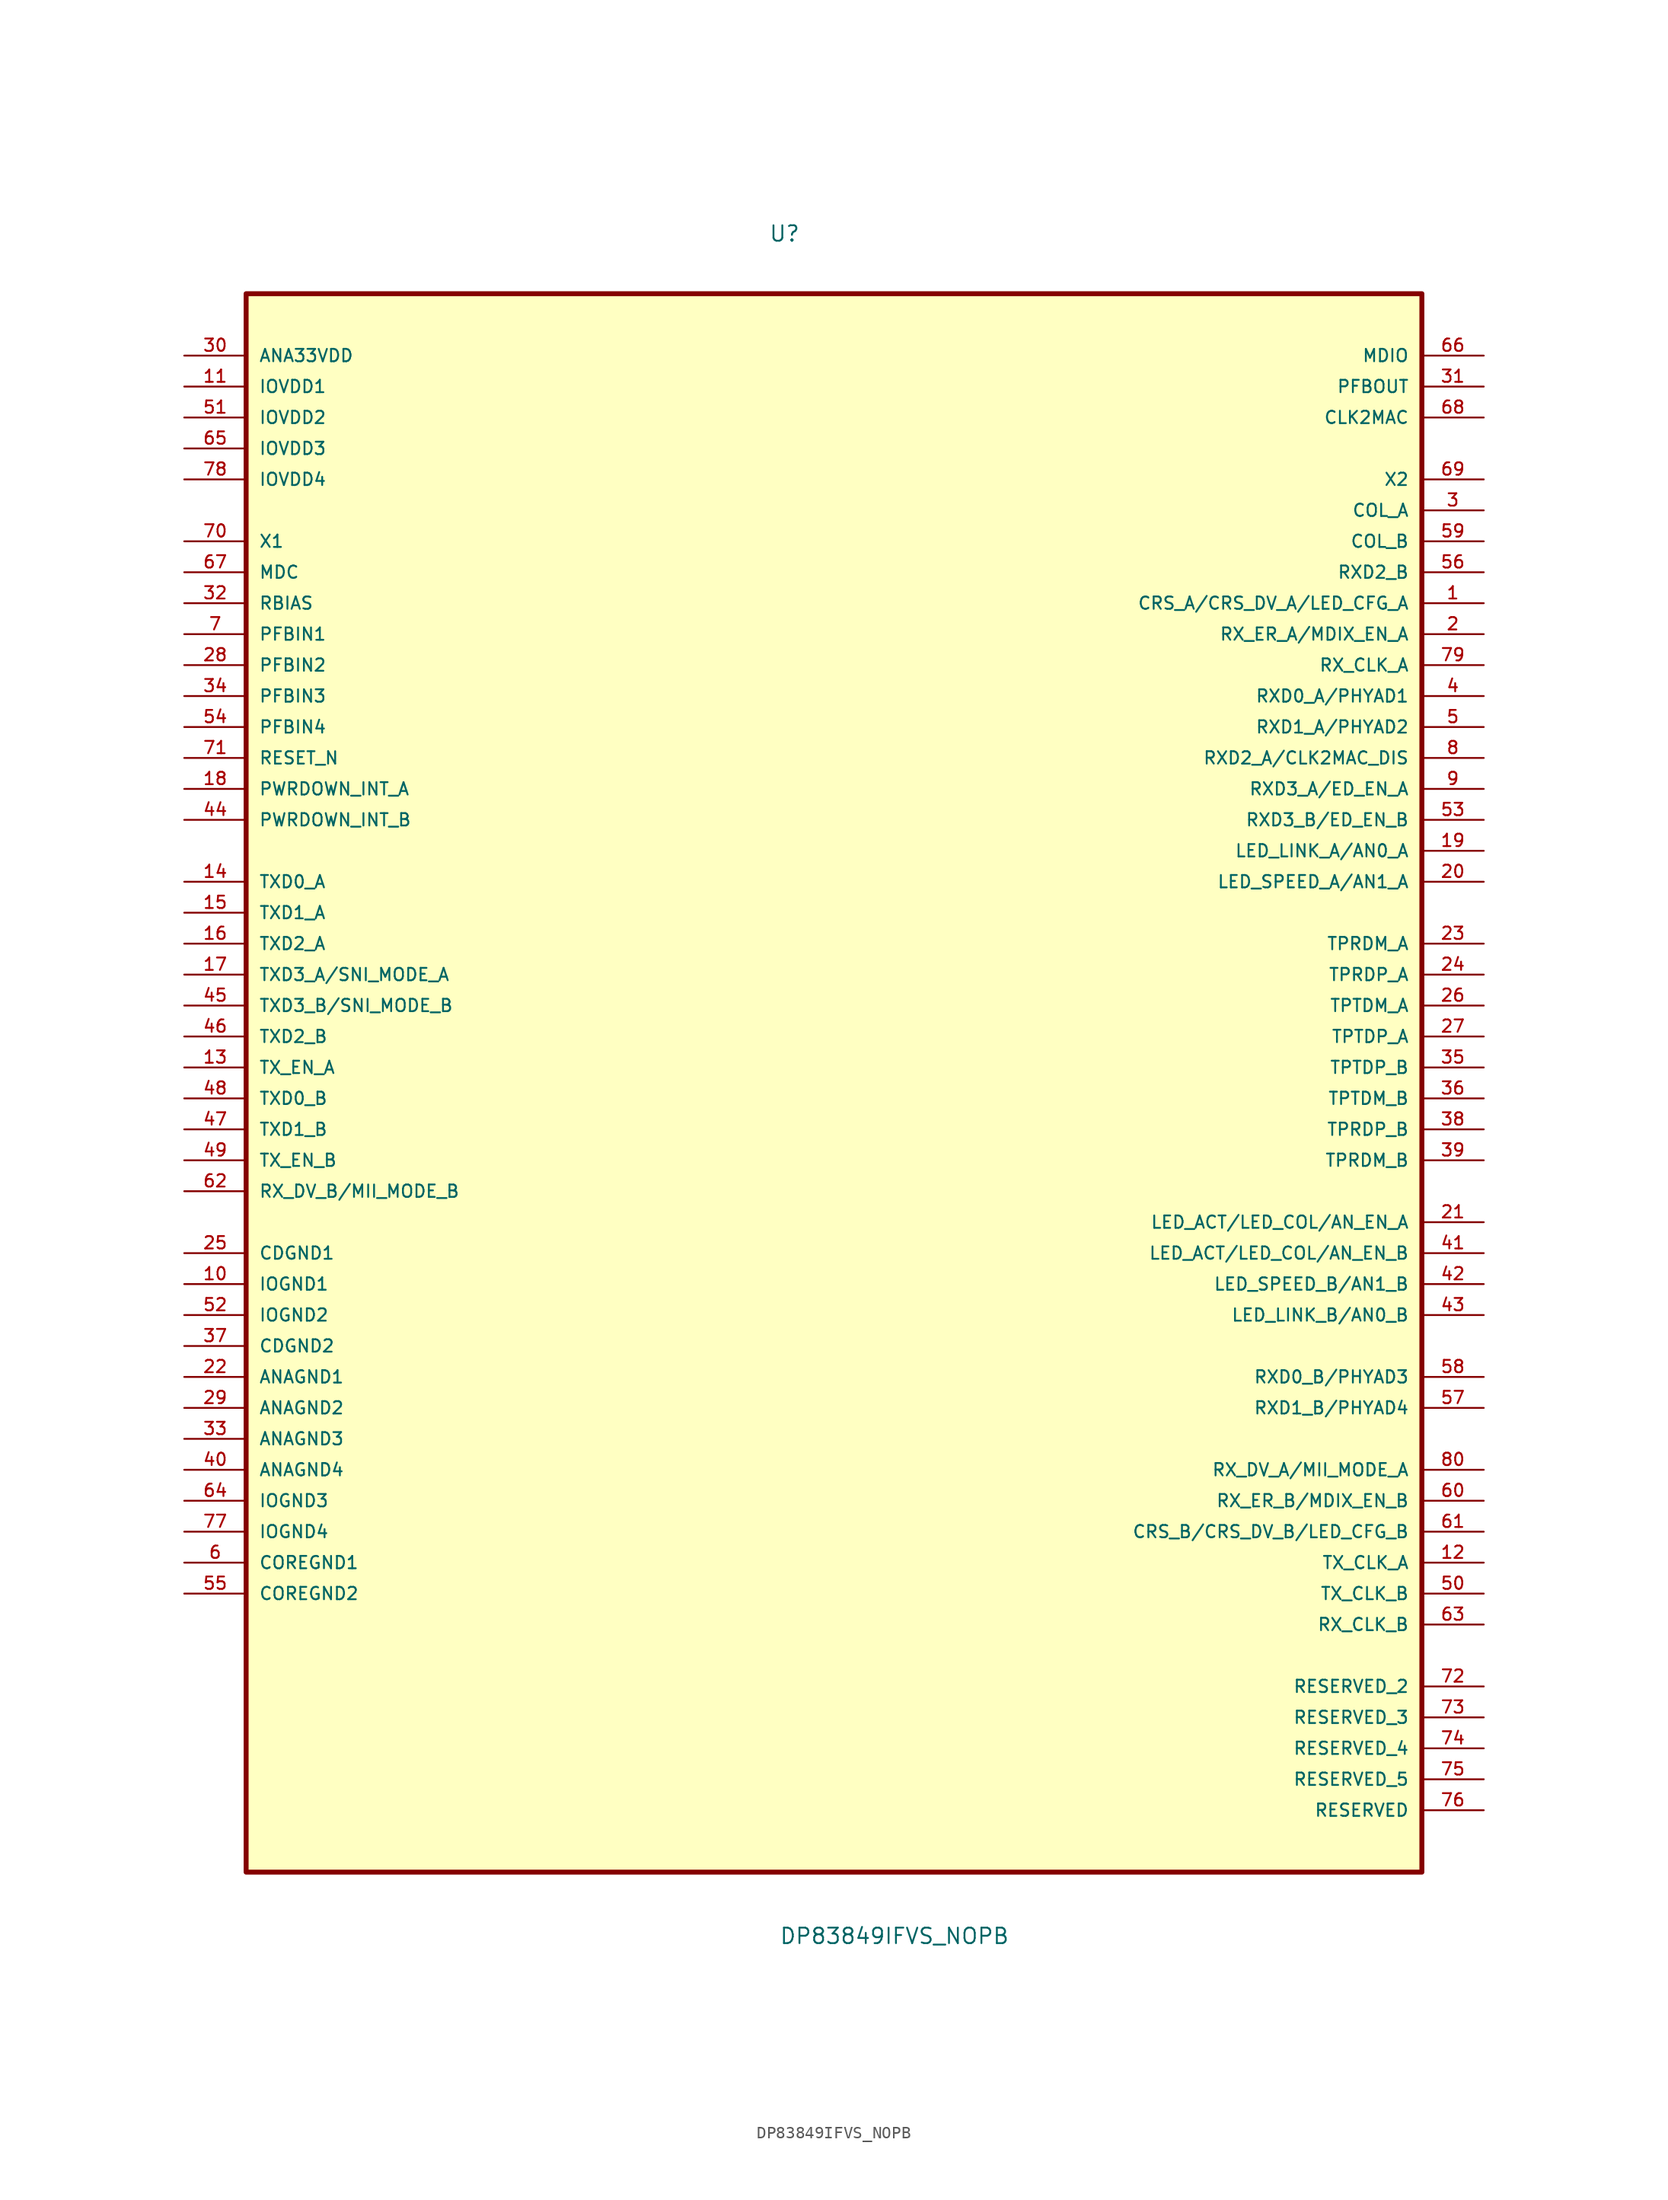
<source format=kicad_sym>
(kicad_symbol_lib
  (version 20211014)
  (generator kicad_symbol_editor)
  (symbol "DP83849IFVS_NOPB"
    (pin_names
      (offset 1.016))
    (property "Reference" "U"
      (at -5.371 65.145 0.0)
      (effects (font (size 1.27 1.27)) (justify bottom left)))
    (property "Value" "DP83849IFVS_NOPB"
      (at -4.509 -74.569 0.0)
      (effects (font (size 1.27 1.27)) (justify bottom left)))
    (symbol "DP83849IFVS_NOPB_0_0"
      (rectangle (start -48.26 -68.58) (end 48.26 60.96) (stroke (width 0.406)) (fill (type background)))
      (pin power_in line (at -53.34 55.88 0) (length 5.08) (name "ANA33VDD" (effects (font (size 1.016 1.016)))) (number "30" (effects (font (size 1.016 1.016)))))
      (pin power_in line (at -53.34 53.34 0) (length 5.08) (name "IOVDD1" (effects (font (size 1.016 1.016)))) (number "11" (effects (font (size 1.016 1.016)))))
      (pin power_in line (at -53.34 50.8 0) (length 5.08) (name "IOVDD2" (effects (font (size 1.016 1.016)))) (number "51" (effects (font (size 1.016 1.016)))))
      (pin power_in line (at -53.34 48.26 0) (length 5.08) (name "IOVDD3" (effects (font (size 1.016 1.016)))) (number "65" (effects (font (size 1.016 1.016)))))
      (pin power_in line (at -53.34 45.72 0) (length 5.08) (name "IOVDD4" (effects (font (size 1.016 1.016)))) (number "78" (effects (font (size 1.016 1.016)))))
      (pin input line (at -53.34 40.64 0) (length 5.08) (name "X1" (effects (font (size 1.016 1.016)))) (number "70" (effects (font (size 1.016 1.016)))))
      (pin input line (at -53.34 38.1 0) (length 5.08) (name "MDC" (effects (font (size 1.016 1.016)))) (number "67" (effects (font (size 1.016 1.016)))))
      (pin input line (at -53.34 35.56 0) (length 5.08) (name "RBIAS" (effects (font (size 1.016 1.016)))) (number "32" (effects (font (size 1.016 1.016)))))
      (pin input line (at -53.34 33.02 0) (length 5.08) (name "PFBIN1" (effects (font (size 1.016 1.016)))) (number "7" (effects (font (size 1.016 1.016)))))
      (pin input line (at -53.34 30.48 0) (length 5.08) (name "PFBIN2" (effects (font (size 1.016 1.016)))) (number "28" (effects (font (size 1.016 1.016)))))
      (pin input line (at -53.34 27.94 0) (length 5.08) (name "PFBIN3" (effects (font (size 1.016 1.016)))) (number "34" (effects (font (size 1.016 1.016)))))
      (pin input line (at -53.34 25.4 0) (length 5.08) (name "PFBIN4" (effects (font (size 1.016 1.016)))) (number "54" (effects (font (size 1.016 1.016)))))
      (pin input line (at -53.34 22.86 0) (length 5.08) (name "RESET_N" (effects (font (size 1.016 1.016)))) (number "71" (effects (font (size 1.016 1.016)))))
      (pin input line (at -53.34 20.32 0) (length 5.08) (name "PWRDOWN_INT_A" (effects (font (size 1.016 1.016)))) (number "18" (effects (font (size 1.016 1.016)))))
      (pin input line (at -53.34 17.78 0) (length 5.08) (name "PWRDOWN_INT_B" (effects (font (size 1.016 1.016)))) (number "44" (effects (font (size 1.016 1.016)))))
      (pin input line (at -53.34 12.7 0) (length 5.08) (name "TXD0_A" (effects (font (size 1.016 1.016)))) (number "14" (effects (font (size 1.016 1.016)))))
      (pin input line (at -53.34 10.16 0) (length 5.08) (name "TXD1_A" (effects (font (size 1.016 1.016)))) (number "15" (effects (font (size 1.016 1.016)))))
      (pin input line (at -53.34 7.62 0) (length 5.08) (name "TXD2_A" (effects (font (size 1.016 1.016)))) (number "16" (effects (font (size 1.016 1.016)))))
      (pin input line (at -53.34 5.08 0) (length 5.08) (name "TXD3_A/SNI_MODE_A" (effects (font (size 1.016 1.016)))) (number "17" (effects (font (size 1.016 1.016)))))
      (pin input line (at -53.34 2.54 0) (length 5.08) (name "TXD3_B/SNI_MODE_B" (effects (font (size 1.016 1.016)))) (number "45" (effects (font (size 1.016 1.016)))))
      (pin input line (at -53.34 0.0 0) (length 5.08) (name "TXD2_B" (effects (font (size 1.016 1.016)))) (number "46" (effects (font (size 1.016 1.016)))))
      (pin input line (at -53.34 -2.54 0) (length 5.08) (name "TX_EN_A" (effects (font (size 1.016 1.016)))) (number "13" (effects (font (size 1.016 1.016)))))
      (pin input line (at -53.34 -5.08 0) (length 5.08) (name "TXD0_B" (effects (font (size 1.016 1.016)))) (number "48" (effects (font (size 1.016 1.016)))))
      (pin input line (at -53.34 -7.62 0) (length 5.08) (name "TXD1_B" (effects (font (size 1.016 1.016)))) (number "47" (effects (font (size 1.016 1.016)))))
      (pin input line (at -53.34 -10.16 0) (length 5.08) (name "TX_EN_B" (effects (font (size 1.016 1.016)))) (number "49" (effects (font (size 1.016 1.016)))))
      (pin input line (at -53.34 -12.7 0) (length 5.08) (name "RX_DV_B/MII_MODE_B" (effects (font (size 1.016 1.016)))) (number "62" (effects (font (size 1.016 1.016)))))
      (pin passive line (at -53.34 -17.78 0) (length 5.08) (name "CDGND1" (effects (font (size 1.016 1.016)))) (number "25" (effects (font (size 1.016 1.016)))))
      (pin passive line (at -53.34 -20.32 0) (length 5.08) (name "IOGND1" (effects (font (size 1.016 1.016)))) (number "10" (effects (font (size 1.016 1.016)))))
      (pin passive line (at -53.34 -22.86 0) (length 5.08) (name "IOGND2" (effects (font (size 1.016 1.016)))) (number "52" (effects (font (size 1.016 1.016)))))
      (pin passive line (at -53.34 -25.4 0) (length 5.08) (name "CDGND2" (effects (font (size 1.016 1.016)))) (number "37" (effects (font (size 1.016 1.016)))))
      (pin passive line (at -53.34 -27.94 0) (length 5.08) (name "ANAGND1" (effects (font (size 1.016 1.016)))) (number "22" (effects (font (size 1.016 1.016)))))
      (pin passive line (at -53.34 -30.48 0) (length 5.08) (name "ANAGND2" (effects (font (size 1.016 1.016)))) (number "29" (effects (font (size 1.016 1.016)))))
      (pin passive line (at -53.34 -33.02 0) (length 5.08) (name "ANAGND3" (effects (font (size 1.016 1.016)))) (number "33" (effects (font (size 1.016 1.016)))))
      (pin passive line (at -53.34 -35.56 0) (length 5.08) (name "ANAGND4" (effects (font (size 1.016 1.016)))) (number "40" (effects (font (size 1.016 1.016)))))
      (pin passive line (at -53.34 -38.1 0) (length 5.08) (name "IOGND3" (effects (font (size 1.016 1.016)))) (number "64" (effects (font (size 1.016 1.016)))))
      (pin passive line (at -53.34 -40.64 0) (length 5.08) (name "IOGND4" (effects (font (size 1.016 1.016)))) (number "77" (effects (font (size 1.016 1.016)))))
      (pin passive line (at -53.34 -43.18 0) (length 5.08) (name "COREGND1" (effects (font (size 1.016 1.016)))) (number "6" (effects (font (size 1.016 1.016)))))
      (pin passive line (at -53.34 -45.72 0) (length 5.08) (name "COREGND2" (effects (font (size 1.016 1.016)))) (number "55" (effects (font (size 1.016 1.016)))))
      (pin bidirectional line (at 53.34 55.88 180.0) (length 5.08) (name "MDIO" (effects (font (size 1.016 1.016)))) (number "66" (effects (font (size 1.016 1.016)))))
      (pin output line (at 53.34 53.34 180.0) (length 5.08) (name "PFBOUT" (effects (font (size 1.016 1.016)))) (number "31" (effects (font (size 1.016 1.016)))))
      (pin output line (at 53.34 50.8 180.0) (length 5.08) (name "CLK2MAC" (effects (font (size 1.016 1.016)))) (number "68" (effects (font (size 1.016 1.016)))))
      (pin output line (at 53.34 45.72 180.0) (length 5.08) (name "X2" (effects (font (size 1.016 1.016)))) (number "69" (effects (font (size 1.016 1.016)))))
      (pin output line (at 53.34 43.18 180.0) (length 5.08) (name "COL_A" (effects (font (size 1.016 1.016)))) (number "3" (effects (font (size 1.016 1.016)))))
      (pin output line (at 53.34 40.64 180.0) (length 5.08) (name "COL_B" (effects (font (size 1.016 1.016)))) (number "59" (effects (font (size 1.016 1.016)))))
      (pin output line (at 53.34 38.1 180.0) (length 5.08) (name "RXD2_B" (effects (font (size 1.016 1.016)))) (number "56" (effects (font (size 1.016 1.016)))))
      (pin output line (at 53.34 35.56 180.0) (length 5.08) (name "CRS_A/CRS_DV_A/LED_CFG_A" (effects (font (size 1.016 1.016)))) (number "1" (effects (font (size 1.016 1.016)))))
      (pin output line (at 53.34 33.02 180.0) (length 5.08) (name "RX_ER_A/MDIX_EN_A" (effects (font (size 1.016 1.016)))) (number "2" (effects (font (size 1.016 1.016)))))
      (pin output line (at 53.34 30.48 180.0) (length 5.08) (name "RX_CLK_A" (effects (font (size 1.016 1.016)))) (number "79" (effects (font (size 1.016 1.016)))))
      (pin output line (at 53.34 27.94 180.0) (length 5.08) (name "RXD0_A/PHYAD1" (effects (font (size 1.016 1.016)))) (number "4" (effects (font (size 1.016 1.016)))))
      (pin output line (at 53.34 25.4 180.0) (length 5.08) (name "RXD1_A/PHYAD2" (effects (font (size 1.016 1.016)))) (number "5" (effects (font (size 1.016 1.016)))))
      (pin output line (at 53.34 22.86 180.0) (length 5.08) (name "RXD2_A/CLK2MAC_DIS" (effects (font (size 1.016 1.016)))) (number "8" (effects (font (size 1.016 1.016)))))
      (pin output line (at 53.34 20.32 180.0) (length 5.08) (name "RXD3_A/ED_EN_A" (effects (font (size 1.016 1.016)))) (number "9" (effects (font (size 1.016 1.016)))))
      (pin output line (at 53.34 17.78 180.0) (length 5.08) (name "RXD3_B/ED_EN_B" (effects (font (size 1.016 1.016)))) (number "53" (effects (font (size 1.016 1.016)))))
      (pin bidirectional line (at 53.34 15.24 180.0) (length 5.08) (name "LED_LINK_A/AN0_A" (effects (font (size 1.016 1.016)))) (number "19" (effects (font (size 1.016 1.016)))))
      (pin bidirectional line (at 53.34 12.7 180.0) (length 5.08) (name "LED_SPEED_A/AN1_A" (effects (font (size 1.016 1.016)))) (number "20" (effects (font (size 1.016 1.016)))))
      (pin bidirectional line (at 53.34 7.62 180.0) (length 5.08) (name "TPRDM_A" (effects (font (size 1.016 1.016)))) (number "23" (effects (font (size 1.016 1.016)))))
      (pin bidirectional line (at 53.34 5.08 180.0) (length 5.08) (name "TPRDP_A" (effects (font (size 1.016 1.016)))) (number "24" (effects (font (size 1.016 1.016)))))
      (pin bidirectional line (at 53.34 2.54 180.0) (length 5.08) (name "TPTDM_A" (effects (font (size 1.016 1.016)))) (number "26" (effects (font (size 1.016 1.016)))))
      (pin bidirectional line (at 53.34 0.0 180.0) (length 5.08) (name "TPTDP_A" (effects (font (size 1.016 1.016)))) (number "27" (effects (font (size 1.016 1.016)))))
      (pin bidirectional line (at 53.34 -2.54 180.0) (length 5.08) (name "TPTDP_B" (effects (font (size 1.016 1.016)))) (number "35" (effects (font (size 1.016 1.016)))))
      (pin bidirectional line (at 53.34 -5.08 180.0) (length 5.08) (name "TPTDM_B" (effects (font (size 1.016 1.016)))) (number "36" (effects (font (size 1.016 1.016)))))
      (pin bidirectional line (at 53.34 -7.62 180.0) (length 5.08) (name "TPRDP_B" (effects (font (size 1.016 1.016)))) (number "38" (effects (font (size 1.016 1.016)))))
      (pin bidirectional line (at 53.34 -10.16 180.0) (length 5.08) (name "TPRDM_B" (effects (font (size 1.016 1.016)))) (number "39" (effects (font (size 1.016 1.016)))))
      (pin bidirectional line (at 53.34 -15.24 180.0) (length 5.08) (name "LED_ACT/LED_COL/AN_EN_A" (effects (font (size 1.016 1.016)))) (number "21" (effects (font (size 1.016 1.016)))))
      (pin bidirectional line (at 53.34 -17.78 180.0) (length 5.08) (name "LED_ACT/LED_COL/AN_EN_B" (effects (font (size 1.016 1.016)))) (number "41" (effects (font (size 1.016 1.016)))))
      (pin bidirectional line (at 53.34 -20.32 180.0) (length 5.08) (name "LED_SPEED_B/AN1_B" (effects (font (size 1.016 1.016)))) (number "42" (effects (font (size 1.016 1.016)))))
      (pin bidirectional line (at 53.34 -22.86 180.0) (length 5.08) (name "LED_LINK_B/AN0_B" (effects (font (size 1.016 1.016)))) (number "43" (effects (font (size 1.016 1.016)))))
      (pin output line (at 53.34 -27.94 180.0) (length 5.08) (name "RXD0_B/PHYAD3" (effects (font (size 1.016 1.016)))) (number "58" (effects (font (size 1.016 1.016)))))
      (pin output line (at 53.34 -30.48 180.0) (length 5.08) (name "RXD1_B/PHYAD4" (effects (font (size 1.016 1.016)))) (number "57" (effects (font (size 1.016 1.016)))))
      (pin output line (at 53.34 -35.56 180.0) (length 5.08) (name "RX_DV_A/MII_MODE_A" (effects (font (size 1.016 1.016)))) (number "80" (effects (font (size 1.016 1.016)))))
      (pin output line (at 53.34 -38.1 180.0) (length 5.08) (name "RX_ER_B/MDIX_EN_B" (effects (font (size 1.016 1.016)))) (number "60" (effects (font (size 1.016 1.016)))))
      (pin output line (at 53.34 -40.64 180.0) (length 5.08) (name "CRS_B/CRS_DV_B/LED_CFG_B" (effects (font (size 1.016 1.016)))) (number "61" (effects (font (size 1.016 1.016)))))
      (pin output line (at 53.34 -43.18 180.0) (length 5.08) (name "TX_CLK_A" (effects (font (size 1.016 1.016)))) (number "12" (effects (font (size 1.016 1.016)))))
      (pin output line (at 53.34 -45.72 180.0) (length 5.08) (name "TX_CLK_B" (effects (font (size 1.016 1.016)))) (number "50" (effects (font (size 1.016 1.016)))))
      (pin output line (at 53.34 -48.26 180.0) (length 5.08) (name "RX_CLK_B" (effects (font (size 1.016 1.016)))) (number "63" (effects (font (size 1.016 1.016)))))
      (pin bidirectional line (at 53.34 -53.34 180.0) (length 5.08) (name "RESERVED_2" (effects (font (size 1.016 1.016)))) (number "72" (effects (font (size 1.016 1.016)))))
      (pin bidirectional line (at 53.34 -55.88 180.0) (length 5.08) (name "RESERVED_3" (effects (font (size 1.016 1.016)))) (number "73" (effects (font (size 1.016 1.016)))))
      (pin bidirectional line (at 53.34 -58.42 180.0) (length 5.08) (name "RESERVED_4" (effects (font (size 1.016 1.016)))) (number "74" (effects (font (size 1.016 1.016)))))
      (pin bidirectional line (at 53.34 -60.96 180.0) (length 5.08) (name "RESERVED_5" (effects (font (size 1.016 1.016)))) (number "75" (effects (font (size 1.016 1.016)))))
      (pin bidirectional line (at 53.34 -63.5 180.0) (length 5.08) (name "RESERVED" (effects (font (size 1.016 1.016)))) (number "76" (effects (font (size 1.016 1.016))))))))
</source>
